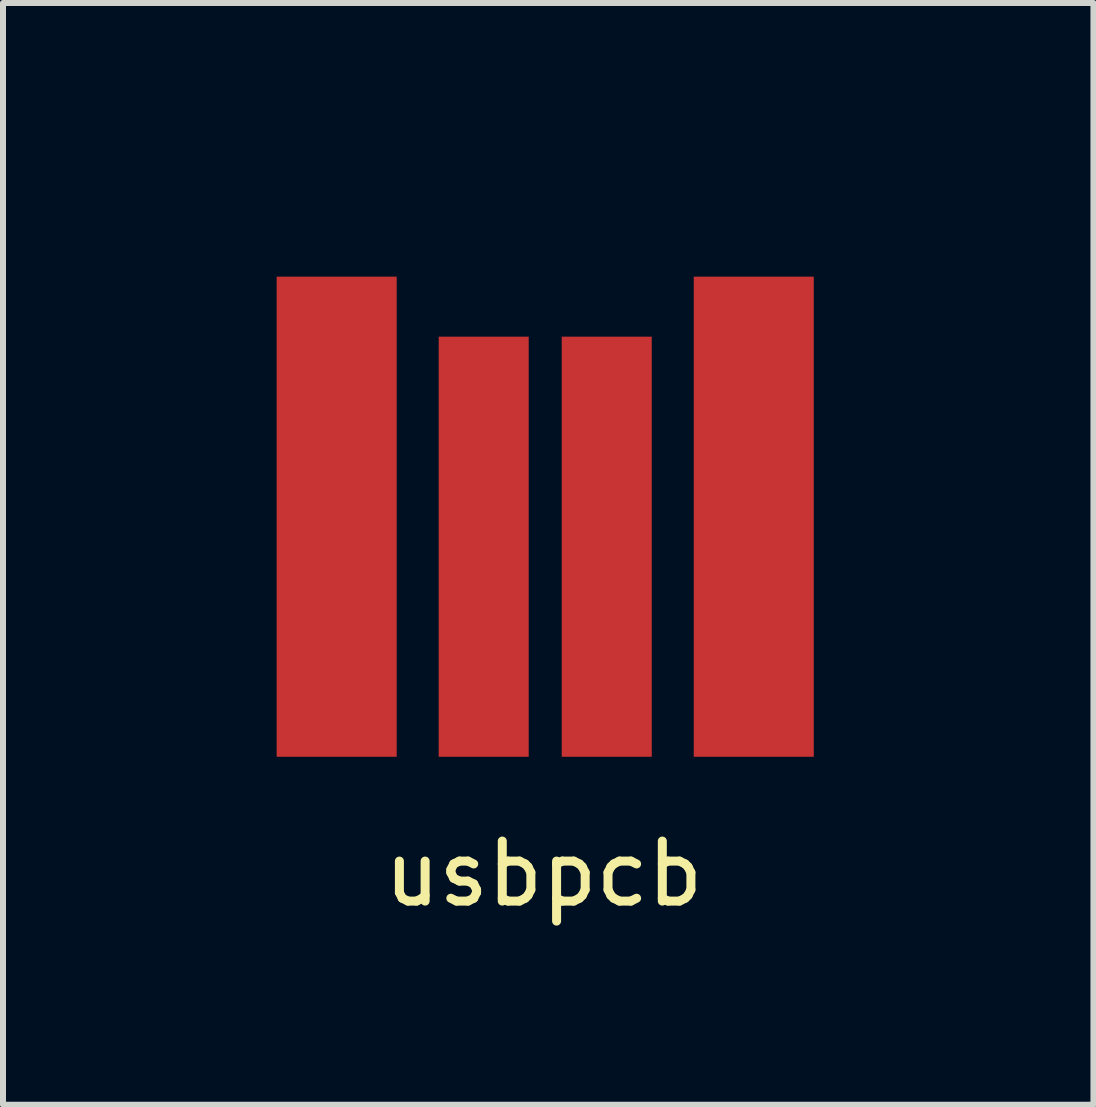
<source format=kicad_pcb>
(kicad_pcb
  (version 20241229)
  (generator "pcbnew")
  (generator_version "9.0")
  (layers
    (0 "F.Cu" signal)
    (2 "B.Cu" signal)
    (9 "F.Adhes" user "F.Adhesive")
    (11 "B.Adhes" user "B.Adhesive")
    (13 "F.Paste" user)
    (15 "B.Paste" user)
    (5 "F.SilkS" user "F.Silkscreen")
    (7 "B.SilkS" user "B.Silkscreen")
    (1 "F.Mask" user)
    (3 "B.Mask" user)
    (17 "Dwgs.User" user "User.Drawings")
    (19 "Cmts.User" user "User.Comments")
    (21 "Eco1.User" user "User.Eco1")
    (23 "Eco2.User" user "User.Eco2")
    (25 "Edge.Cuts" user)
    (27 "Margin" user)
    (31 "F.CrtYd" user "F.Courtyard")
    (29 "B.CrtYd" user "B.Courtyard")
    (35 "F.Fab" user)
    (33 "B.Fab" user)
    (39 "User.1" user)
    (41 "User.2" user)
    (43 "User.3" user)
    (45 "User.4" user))
  (footprint "usbpcb"
    (layer "F.Cu")
    (at 6.01 11.01)
    (property "Reference" "usbpcb" (at 0 0.5 0) (layer "F.SilkS") (effects (font (size 1 1) (thickness 0.15))))
    (attr smd)
    (fp_line (start -5.95 -1.45) (end -5.95 -10.95) (stroke (width 0.12) (type solid)) (layer "Eco2.User"))
    (fp_line (start 6.1 -10.95) (end -5.9 -10.95) (stroke (width 0.12) (type solid)) (layer "Eco2.User"))
    (fp_line (start 6.1 -1.45) (end 6.1 -10.95) (stroke (width 0.12) (type solid)) (layer "Eco2.User"))
    (pad "1" smd rect (at -3.45 -5.45) (size 2 8) (layers "F.Cu" "F.Mask" "F.Paste"))
    (pad "2" smd rect (at -1 -4.95) (size 1.5 7) (layers "F.Cu" "F.Mask" "F.Paste"))
    (pad "3" smd rect (at 1.05 -4.95) (size 1.5 7) (layers "F.Cu" "F.Mask" "F.Paste"))
    (pad "4" smd rect (at 3.5 -5.45) (size 2 8) (layers "F.Cu" "F.Mask" "F.Paste")))
  (gr_rect
    (start -3 -3)
    (end 15.17 15.358)
    (stroke (width 0.1) (type default))
    (fill no)
    (layer "Edge.Cuts")))
</source>
